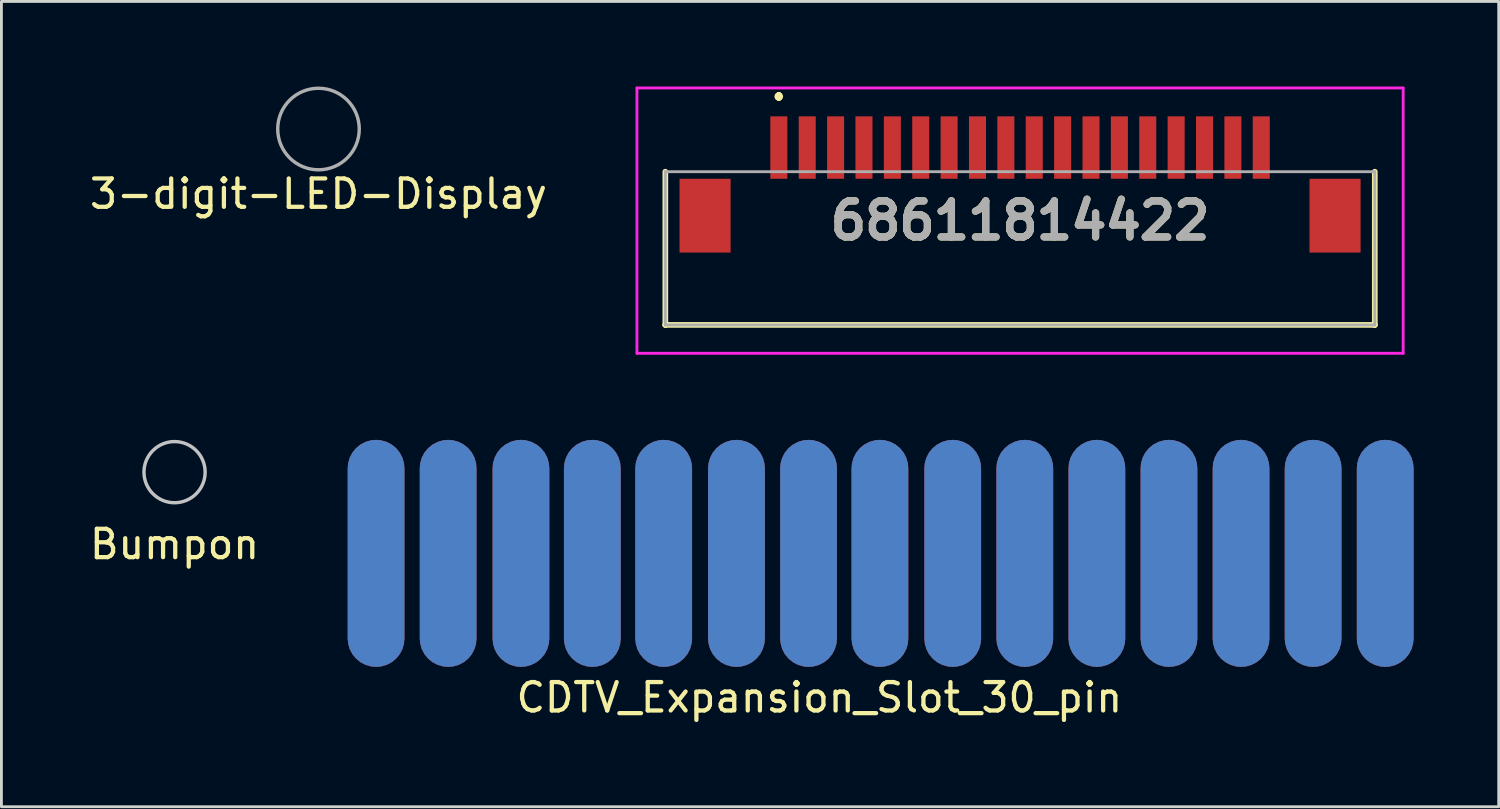
<source format=kicad_pcb>
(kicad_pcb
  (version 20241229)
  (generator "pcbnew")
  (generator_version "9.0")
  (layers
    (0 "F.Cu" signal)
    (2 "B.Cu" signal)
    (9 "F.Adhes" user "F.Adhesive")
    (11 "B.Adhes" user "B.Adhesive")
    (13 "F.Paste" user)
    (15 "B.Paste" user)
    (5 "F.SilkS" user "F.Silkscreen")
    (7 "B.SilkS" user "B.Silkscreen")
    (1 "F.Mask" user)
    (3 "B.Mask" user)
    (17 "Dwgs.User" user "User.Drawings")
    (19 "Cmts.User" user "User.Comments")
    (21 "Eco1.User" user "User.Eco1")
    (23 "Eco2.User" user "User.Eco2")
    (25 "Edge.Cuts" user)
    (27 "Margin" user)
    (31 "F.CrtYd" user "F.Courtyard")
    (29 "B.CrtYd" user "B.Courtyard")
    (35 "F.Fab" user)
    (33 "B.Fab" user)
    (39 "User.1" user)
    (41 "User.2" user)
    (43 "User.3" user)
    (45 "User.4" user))
  (footprint "3-digit-LED-Display"
    (layer "F.Cu")
    (at 8.173 1.497)
    (property "Reference" "3-digit-LED-Display" (at 0 2.286 0) (layer "F.SilkS") (effects (font (size 1 1) (thickness 0.15))))
    (attr through_hole)
    (fp_circle (center 0 0) (end 1.016 1.016) (stroke (width 0.12) (type solid)) (fill no) (layer "F.Fab")))
  (footprint "68611814422"
    (layer "F.Cu")
    (at 32.895 5.7)
    (property "Reference" "68611814422" (at 0 -0.975 0) (layer "F.SilkS") (effects (font (size 1.27 1.27) (thickness 0.254))))
    (attr smd)
    (fp_line (start -12.5 -2.7) (end -12.5 2.7) (stroke (width 0.2) (type solid)) (layer "F.SilkS"))
    (fp_line (start -12.5 2.7) (end -12.5 2.7) (stroke (width 0.2) (type solid)) (layer "F.SilkS"))
    (fp_line (start -12.5 2.7) (end 12.5 2.7) (stroke (width 0.2) (type solid)) (layer "F.SilkS"))
    (fp_line (start -8.5 -5.4) (end -8.5 -5.4) (stroke (width 0.2) (type solid)) (layer "F.SilkS"))
    (fp_line (start -8.5 -5.4) (end -8.5 -5.4) (stroke (width 0.2) (type solid)) (layer "F.SilkS"))
    (fp_line (start -8.5 -5.3) (end -8.5 -5.3) (stroke (width 0.2) (type solid)) (layer "F.SilkS"))
    (fp_line (start 12.5 2.7) (end 12.5 -2.7) (stroke (width 0.2) (type solid)) (layer "F.SilkS"))
    (fp_line (start 12.5 2.7) (end 12.5 2.7) (stroke (width 0.2) (type solid)) (layer "F.SilkS"))
    (fp_arc (start -8.5 -5.4) (mid -8.45 -5.35) (end -8.5 -5.3) (stroke (width 0.2) (type solid)) (layer "F.SilkS"))
    (fp_arc (start -8.5 -5.3) (mid -8.55 -5.35) (end -8.5 -5.4) (stroke (width 0.2) (type solid)) (layer "F.SilkS"))
    (fp_arc (start -8.5 -5.3) (mid -8.55 -5.35) (end -8.5 -5.4) (stroke (width 0.2) (type solid)) (layer "F.SilkS"))
    (fp_line (start -13.5 -5.65) (end 13.5 -5.65) (stroke (width 0.1) (type solid)) (layer "F.CrtYd"))
    (fp_line (start -13.5 3.7) (end -13.5 -5.65) (stroke (width 0.1) (type solid)) (layer "F.CrtYd"))
    (fp_line (start 13.5 -5.65) (end 13.5 3.7) (stroke (width 0.1) (type solid)) (layer "F.CrtYd"))
    (fp_line (start 13.5 3.7) (end -13.5 3.7) (stroke (width 0.1) (type solid)) (layer "F.CrtYd"))
    (fp_line (start -12.5 -2.7) (end -12.5 2.7) (stroke (width 0.1) (type solid)) (layer "F.Fab"))
    (fp_line (start -12.5 2.7) (end 12.5 2.7) (stroke (width 0.1) (type solid)) (layer "F.Fab"))
    (fp_line (start 12.5 -2.7) (end -12.5 -2.7) (stroke (width 0.1) (type solid)) (layer "F.Fab"))
    (fp_line (start 12.5 2.7) (end 12.5 -2.7) (stroke (width 0.1) (type solid)) (layer "F.Fab"))
    (fp_text user "${REFERENCE}" (at 0 -0.975 0) (layer "F.Fab") (effects (font (size 1.27 1.27) (thickness 0.254))))
    (pad "1" smd rect (at -8.5 -3.55) (size 0.6 2.2) (layers "F.Cu" "F.Mask" "F.Paste"))
    (pad "2" smd rect (at -7.5 -3.55) (size 0.6 2.2) (layers "F.Cu" "F.Mask" "F.Paste"))
    (pad "3" smd rect (at -6.5 -3.55) (size 0.6 2.2) (layers "F.Cu" "F.Mask" "F.Paste"))
    (pad "4" smd rect (at -5.5 -3.55) (size 0.6 2.2) (layers "F.Cu" "F.Mask" "F.Paste"))
    (pad "5" smd rect (at -4.5 -3.55) (size 0.6 2.2) (layers "F.Cu" "F.Mask" "F.Paste"))
    (pad "6" smd rect (at -3.5 -3.55) (size 0.6 2.2) (layers "F.Cu" "F.Mask" "F.Paste"))
    (pad "7" smd rect (at -2.5 -3.55) (size 0.6 2.2) (layers "F.Cu" "F.Mask" "F.Paste"))
    (pad "8" smd rect (at -1.5 -3.55) (size 0.6 2.2) (layers "F.Cu" "F.Mask" "F.Paste"))
    (pad "9" smd rect (at -0.5 -3.55) (size 0.6 2.2) (layers "F.Cu" "F.Mask" "F.Paste"))
    (pad "10" smd rect (at 0.5 -3.55) (size 0.6 2.2) (layers "F.Cu" "F.Mask" "F.Paste"))
    (pad "11" smd rect (at 1.5 -3.55) (size 0.6 2.2) (layers "F.Cu" "F.Mask" "F.Paste"))
    (pad "12" smd rect (at 2.5 -3.55) (size 0.6 2.2) (layers "F.Cu" "F.Mask" "F.Paste"))
    (pad "13" smd rect (at 3.5 -3.55) (size 0.6 2.2) (layers "F.Cu" "F.Mask" "F.Paste"))
    (pad "14" smd rect (at 4.5 -3.55) (size 0.6 2.2) (layers "F.Cu" "F.Mask" "F.Paste"))
    (pad "15" smd rect (at 5.5 -3.55) (size 0.6 2.2) (layers "F.Cu" "F.Mask" "F.Paste"))
    (pad "16" smd rect (at 6.5 -3.55) (size 0.6 2.2) (layers "F.Cu" "F.Mask" "F.Paste"))
    (pad "17" smd rect (at 7.5 -3.55) (size 0.6 2.2) (layers "F.Cu" "F.Mask" "F.Paste"))
    (pad "18" smd rect (at 8.5 -3.55) (size 0.6 2.2) (layers "F.Cu" "F.Mask" "F.Paste"))
    (pad "MP1" smd rect (at -11.1 -1.15) (size 1.8 2.6) (layers "F.Cu" "F.Mask" "F.Paste"))
    (pad "MP2" smd rect (at 11.1 -1.15) (size 1.8 2.6) (layers "F.Cu" "F.Mask" "F.Paste")))
  (footprint "CDTV_Expansion_Slot_30_pin"
    (layer "F.Cu")
    (at 45.762 16.45)
    (property "Reference" "CDTV_Expansion_Slot_30_pin" (at -19.939 5.08 0) (layer "F.SilkS") (effects (font (size 1 1) (thickness 0.15))))
    (attr through_hole)
    (pad "1" connect roundrect (at 0 0) (size 2 8) (layers "B.Cu" "B.Mask") (roundrect_rratio 0.5))
    (pad "2" connect roundrect (at 0 0) (size 2 8) (layers "F.Cu" "F.Mask") (roundrect_rratio 0.5))
    (pad "3" connect roundrect (at -2.54 0) (size 2 8) (layers "B.Cu" "B.Mask") (roundrect_rratio 0.5))
    (pad "4" connect roundrect (at -2.54 0) (size 2 8) (layers "F.Cu" "F.Mask") (roundrect_rratio 0.5))
    (pad "5" connect roundrect (at -5.08 0) (size 2 8) (layers "B.Cu" "B.Mask") (roundrect_rratio 0.5))
    (pad "6" connect roundrect (at -5.08 0) (size 2 8) (layers "F.Cu" "F.Mask") (roundrect_rratio 0.5))
    (pad "7" connect roundrect (at -7.62 0) (size 2 8) (layers "B.Cu" "B.Mask") (roundrect_rratio 0.5))
    (pad "8" connect roundrect (at -7.62 0) (size 2 8) (layers "F.Cu" "F.Mask") (roundrect_rratio 0.5))
    (pad "9" connect roundrect (at -10.16 0) (size 2 8) (layers "B.Cu" "B.Mask") (roundrect_rratio 0.5))
    (pad "10" connect roundrect (at -10.16 0) (size 2 8) (layers "F.Cu" "F.Mask") (roundrect_rratio 0.5))
    (pad "11" connect roundrect (at -12.7 0) (size 2 8) (layers "B.Cu" "B.Mask") (roundrect_rratio 0.5))
    (pad "12" connect roundrect (at -12.7 0) (size 2 8) (layers "F.Cu" "F.Mask") (roundrect_rratio 0.5))
    (pad "13" connect roundrect (at -15.24 0) (size 2 8) (layers "B.Cu" "B.Mask") (roundrect_rratio 0.5))
    (pad "14" connect roundrect (at -15.24 0) (size 2 8) (layers "F.Cu" "F.Mask") (roundrect_rratio 0.5))
    (pad "15" connect roundrect (at -17.805 0) (size 2 8) (layers "B.Cu" "B.Mask") (roundrect_rratio 0.5))
    (pad "16" connect roundrect (at -17.805 0) (size 2 8) (layers "F.Cu" "F.Mask") (roundrect_rratio 0.5))
    (pad "17" connect roundrect (at -20.32 0) (size 2 8) (layers "B.Cu" "B.Mask") (roundrect_rratio 0.5))
    (pad "18" connect roundrect (at -20.32 0) (size 2 8) (layers "F.Cu" "F.Mask") (roundrect_rratio 0.5))
    (pad "19" connect roundrect (at -22.86 0) (size 2 8) (layers "B.Cu" "B.Mask") (roundrect_rratio 0.5))
    (pad "20" connect roundrect (at -22.86 0) (size 2 8) (layers "F.Cu" "F.Mask") (roundrect_rratio 0.5))
    (pad "21" connect roundrect (at -25.425 0) (size 2 8) (layers "B.Cu" "B.Mask") (roundrect_rratio 0.5))
    (pad "22" connect roundrect (at -25.425 0) (size 2 8) (layers "F.Cu" "F.Mask") (roundrect_rratio 0.5))
    (pad "23" connect roundrect (at -27.94 0) (size 2 8) (layers "B.Cu" "B.Mask") (roundrect_rratio 0.5))
    (pad "24" connect roundrect (at -27.94 0) (size 2 8) (layers "F.Cu" "F.Mask") (roundrect_rratio 0.5))
    (pad "25" connect roundrect (at -30.455 0) (size 2 8) (layers "B.Cu" "B.Mask") (roundrect_rratio 0.5))
    (pad "26" connect roundrect (at -30.455 0) (size 2 8) (layers "F.Cu" "F.Mask") (roundrect_rratio 0.5))
    (pad "27" connect roundrect (at -33.02 0) (size 2 8) (layers "B.Cu" "B.Mask") (roundrect_rratio 0.5))
    (pad "28" connect roundrect (at -33.02 0) (size 2 8) (layers "F.Cu" "F.Mask") (roundrect_rratio 0.5))
    (pad "29" connect roundrect (at -35.56 0) (size 2 8) (layers "B.Cu" "B.Mask") (roundrect_rratio 0.5))
    (pad "30" connect roundrect (at -35.56 0) (size 2 8) (layers "F.Cu" "F.Mask") (roundrect_rratio 0.5)))
  (footprint "Bumpon"
    (layer "F.Cu")
    (at 3.101 13.588)
    (property "Reference" "Bumpon" (at 0 2.54 0) (layer "F.SilkS") (effects (font (size 1 1) (thickness 0.15))))
    (attr through_hole)
    (fp_circle (center 0 0) (end 0.762 0.762) (stroke (width 0.12) (type solid)) (fill no) (layer "Dwgs.User")))
  (gr_rect
    (start -3 -3)
    (end 49.762 25.378)
    (stroke (width 0.1) (type default))
    (fill no)
    (layer "Edge.Cuts")))
</source>
